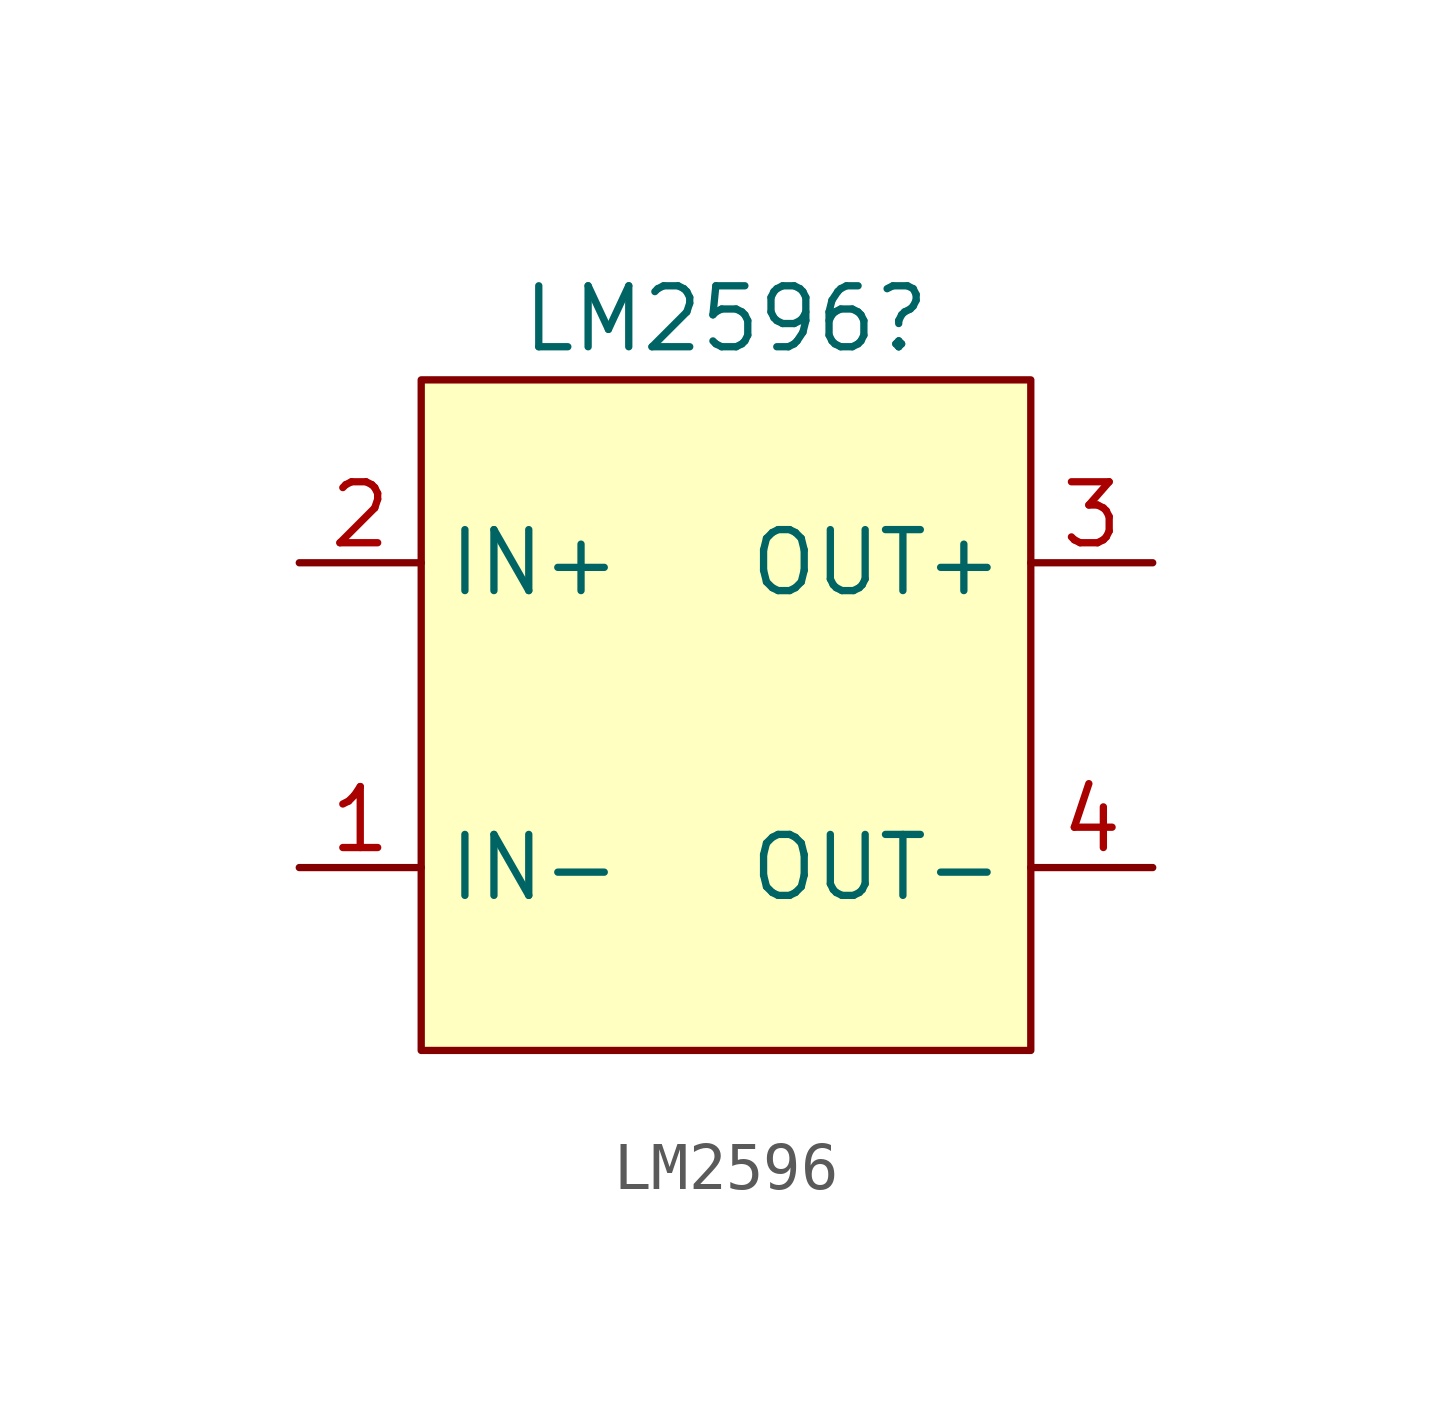
<source format=kicad_sym>
(kicad_symbol_lib
  (version 20220914)
  (generator kicad_symbol_editor)
  (symbol "LM2596"
    (property "Reference" "LM2596"
      (at 0 8.89 0)
      (effects (font (size 1.27 1.27))))
    (property "Value" ""
      (at 0 0 0)
      (effects (font (size 1.27 1.27))))
    (symbol "LM2596_1_1"
      (rectangle (start -6.35 7.62) (end 6.35 -6.35) (stroke (width 0) (type default)) (fill (type background)))
      (pin input line (at -8.89 -2.54 0) (length 2.54) (name "IN-" (effects (font (size 1.27 1.27)))) (number "1" (effects (font (size 1.27 1.27)))))
      (pin input line (at -8.89 3.81 0) (length 2.54) (name "IN+" (effects (font (size 1.27 1.27)))) (number "2" (effects (font (size 1.27 1.27)))))
      (pin input line (at 8.89 3.81 180) (length 2.54) (name "OUT+" (effects (font (size 1.27 1.27)))) (number "3" (effects (font (size 1.27 1.27)))))
      (pin input line (at 8.89 -2.54 180) (length 2.54) (name "OUT-" (effects (font (size 1.27 1.27)))) (number "4" (effects (font (size 1.27 1.27))))))))
</source>
